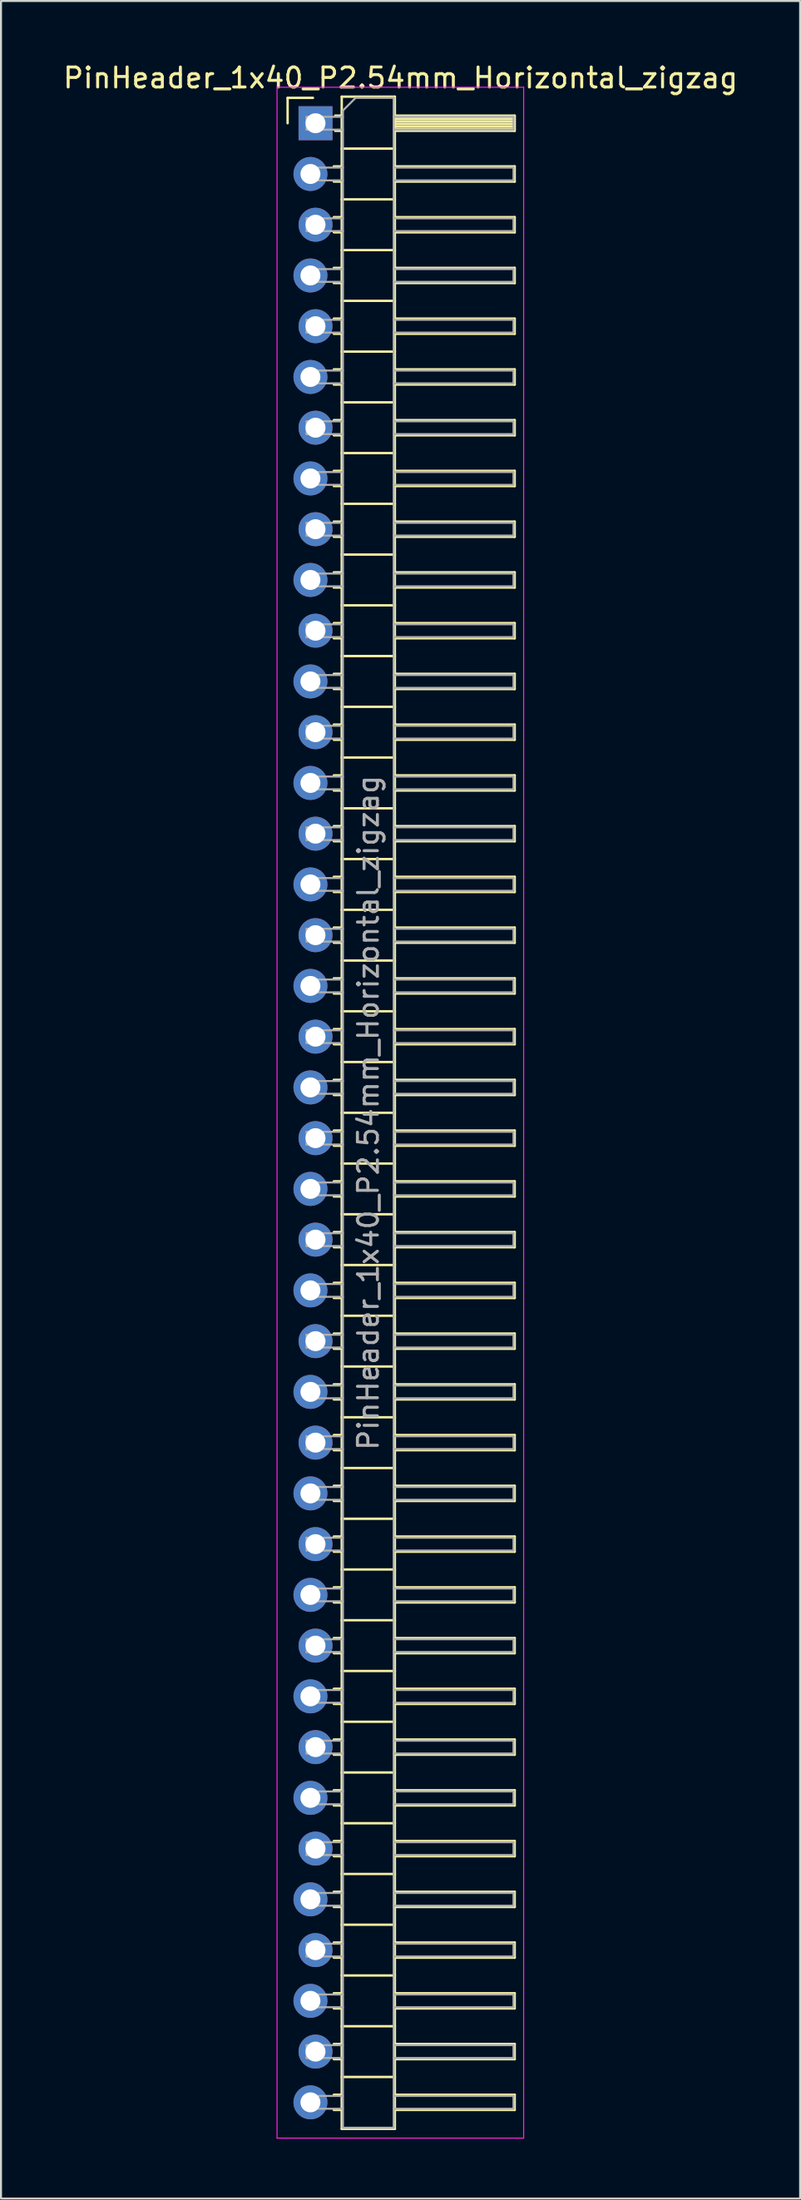
<source format=kicad_pcb>
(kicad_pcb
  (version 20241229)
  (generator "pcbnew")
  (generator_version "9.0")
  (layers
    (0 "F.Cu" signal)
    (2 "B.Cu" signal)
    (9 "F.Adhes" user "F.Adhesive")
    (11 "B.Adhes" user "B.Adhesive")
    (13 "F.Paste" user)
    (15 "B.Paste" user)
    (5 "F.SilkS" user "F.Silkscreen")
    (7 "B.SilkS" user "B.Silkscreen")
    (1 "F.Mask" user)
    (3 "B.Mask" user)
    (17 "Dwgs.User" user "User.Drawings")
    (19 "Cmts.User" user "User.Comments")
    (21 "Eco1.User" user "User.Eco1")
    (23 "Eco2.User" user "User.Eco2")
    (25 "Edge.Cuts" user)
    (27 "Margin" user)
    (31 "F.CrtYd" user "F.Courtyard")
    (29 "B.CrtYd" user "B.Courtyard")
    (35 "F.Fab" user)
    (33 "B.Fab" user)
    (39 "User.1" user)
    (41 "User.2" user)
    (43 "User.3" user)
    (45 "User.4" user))
  (footprint "PinHeader_1x40_P2.54mm_Horizontal_zigzag"
    (layer "F.Cu")
    (at 12.621 3.118)
    (property "Reference" "PinHeader_1x40_P2.54mm_Horizontal_zigzag" (at 4.385 -2.27 0) (layer "F.SilkS") (effects (font (size 1 1) (thickness 0.15))))
    (attr through_hole)
    (fp_line (start -1.27 -1.27) (end 0 -1.27) (stroke (width 0.12) (type solid)) (layer "F.SilkS"))
    (fp_line (start -1.27 0) (end -1.27 -1.27) (stroke (width 0.12) (type solid)) (layer "F.SilkS"))
    (fp_line (start 1.043 2.16) (end 1.44 2.16) (stroke (width 0.12) (type solid)) (layer "F.SilkS"))
    (fp_line (start 1.043 2.92) (end 1.44 2.92) (stroke (width 0.12) (type solid)) (layer "F.SilkS"))
    (fp_line (start 1.043 4.7) (end 1.44 4.7) (stroke (width 0.12) (type solid)) (layer "F.SilkS"))
    (fp_line (start 1.043 5.46) (end 1.44 5.46) (stroke (width 0.12) (type solid)) (layer "F.SilkS"))
    (fp_line (start 1.043 7.24) (end 1.44 7.24) (stroke (width 0.12) (type solid)) (layer "F.SilkS"))
    (fp_line (start 1.043 8) (end 1.44 8) (stroke (width 0.12) (type solid)) (layer "F.SilkS"))
    (fp_line (start 1.043 9.78) (end 1.44 9.78) (stroke (width 0.12) (type solid)) (layer "F.SilkS"))
    (fp_line (start 1.043 10.54) (end 1.44 10.54) (stroke (width 0.12) (type solid)) (layer "F.SilkS"))
    (fp_line (start 1.043 12.32) (end 1.44 12.32) (stroke (width 0.12) (type solid)) (layer "F.SilkS"))
    (fp_line (start 1.043 13.08) (end 1.44 13.08) (stroke (width 0.12) (type solid)) (layer "F.SilkS"))
    (fp_line (start 1.043 14.86) (end 1.44 14.86) (stroke (width 0.12) (type solid)) (layer "F.SilkS"))
    (fp_line (start 1.043 15.62) (end 1.44 15.62) (stroke (width 0.12) (type solid)) (layer "F.SilkS"))
    (fp_line (start 1.043 17.4) (end 1.44 17.4) (stroke (width 0.12) (type solid)) (layer "F.SilkS"))
    (fp_line (start 1.043 18.16) (end 1.44 18.16) (stroke (width 0.12) (type solid)) (layer "F.SilkS"))
    (fp_line (start 1.043 19.94) (end 1.44 19.94) (stroke (width 0.12) (type solid)) (layer "F.SilkS"))
    (fp_line (start 1.043 20.7) (end 1.44 20.7) (stroke (width 0.12) (type solid)) (layer "F.SilkS"))
    (fp_line (start 1.043 22.48) (end 1.44 22.48) (stroke (width 0.12) (type solid)) (layer "F.SilkS"))
    (fp_line (start 1.043 23.24) (end 1.44 23.24) (stroke (width 0.12) (type solid)) (layer "F.SilkS"))
    (fp_line (start 1.043 25.02) (end 1.44 25.02) (stroke (width 0.12) (type solid)) (layer "F.SilkS"))
    (fp_line (start 1.043 25.78) (end 1.44 25.78) (stroke (width 0.12) (type solid)) (layer "F.SilkS"))
    (fp_line (start 1.043 27.56) (end 1.44 27.56) (stroke (width 0.12) (type solid)) (layer "F.SilkS"))
    (fp_line (start 1.043 28.32) (end 1.44 28.32) (stroke (width 0.12) (type solid)) (layer "F.SilkS"))
    (fp_line (start 1.043 30.1) (end 1.44 30.1) (stroke (width 0.12) (type solid)) (layer "F.SilkS"))
    (fp_line (start 1.043 30.86) (end 1.44 30.86) (stroke (width 0.12) (type solid)) (layer "F.SilkS"))
    (fp_line (start 1.043 32.64) (end 1.44 32.64) (stroke (width 0.12) (type solid)) (layer "F.SilkS"))
    (fp_line (start 1.043 33.4) (end 1.44 33.4) (stroke (width 0.12) (type solid)) (layer "F.SilkS"))
    (fp_line (start 1.043 35.18) (end 1.44 35.18) (stroke (width 0.12) (type solid)) (layer "F.SilkS"))
    (fp_line (start 1.043 35.94) (end 1.44 35.94) (stroke (width 0.12) (type solid)) (layer "F.SilkS"))
    (fp_line (start 1.043 37.72) (end 1.44 37.72) (stroke (width 0.12) (type solid)) (layer "F.SilkS"))
    (fp_line (start 1.043 38.48) (end 1.44 38.48) (stroke (width 0.12) (type solid)) (layer "F.SilkS"))
    (fp_line (start 1.043 40.26) (end 1.44 40.26) (stroke (width 0.12) (type solid)) (layer "F.SilkS"))
    (fp_line (start 1.043 41.02) (end 1.44 41.02) (stroke (width 0.12) (type solid)) (layer "F.SilkS"))
    (fp_line (start 1.043 42.8) (end 1.44 42.8) (stroke (width 0.12) (type solid)) (layer "F.SilkS"))
    (fp_line (start 1.043 43.56) (end 1.44 43.56) (stroke (width 0.12) (type solid)) (layer "F.SilkS"))
    (fp_line (start 1.043 45.34) (end 1.44 45.34) (stroke (width 0.12) (type solid)) (layer "F.SilkS"))
    (fp_line (start 1.043 46.1) (end 1.44 46.1) (stroke (width 0.12) (type solid)) (layer "F.SilkS"))
    (fp_line (start 1.043 47.88) (end 1.44 47.88) (stroke (width 0.12) (type solid)) (layer "F.SilkS"))
    (fp_line (start 1.043 48.64) (end 1.44 48.64) (stroke (width 0.12) (type solid)) (layer "F.SilkS"))
    (fp_line (start 1.043 50.42) (end 1.44 50.42) (stroke (width 0.12) (type solid)) (layer "F.SilkS"))
    (fp_line (start 1.043 51.18) (end 1.44 51.18) (stroke (width 0.12) (type solid)) (layer "F.SilkS"))
    (fp_line (start 1.043 52.96) (end 1.44 52.96) (stroke (width 0.12) (type solid)) (layer "F.SilkS"))
    (fp_line (start 1.043 53.72) (end 1.44 53.72) (stroke (width 0.12) (type solid)) (layer "F.SilkS"))
    (fp_line (start 1.043 55.5) (end 1.44 55.5) (stroke (width 0.12) (type solid)) (layer "F.SilkS"))
    (fp_line (start 1.043 56.26) (end 1.44 56.26) (stroke (width 0.12) (type solid)) (layer "F.SilkS"))
    (fp_line (start 1.043 58.04) (end 1.44 58.04) (stroke (width 0.12) (type solid)) (layer "F.SilkS"))
    (fp_line (start 1.043 58.8) (end 1.44 58.8) (stroke (width 0.12) (type solid)) (layer "F.SilkS"))
    (fp_line (start 1.043 60.58) (end 1.44 60.58) (stroke (width 0.12) (type solid)) (layer "F.SilkS"))
    (fp_line (start 1.043 61.34) (end 1.44 61.34) (stroke (width 0.12) (type solid)) (layer "F.SilkS"))
    (fp_line (start 1.043 63.12) (end 1.44 63.12) (stroke (width 0.12) (type solid)) (layer "F.SilkS"))
    (fp_line (start 1.043 63.88) (end 1.44 63.88) (stroke (width 0.12) (type solid)) (layer "F.SilkS"))
    (fp_line (start 1.043 65.66) (end 1.44 65.66) (stroke (width 0.12) (type solid)) (layer "F.SilkS"))
    (fp_line (start 1.043 66.42) (end 1.44 66.42) (stroke (width 0.12) (type solid)) (layer "F.SilkS"))
    (fp_line (start 1.043 68.2) (end 1.44 68.2) (stroke (width 0.12) (type solid)) (layer "F.SilkS"))
    (fp_line (start 1.043 68.96) (end 1.44 68.96) (stroke (width 0.12) (type solid)) (layer "F.SilkS"))
    (fp_line (start 1.043 70.74) (end 1.44 70.74) (stroke (width 0.12) (type solid)) (layer "F.SilkS"))
    (fp_line (start 1.043 71.5) (end 1.44 71.5) (stroke (width 0.12) (type solid)) (layer "F.SilkS"))
    (fp_line (start 1.043 73.28) (end 1.44 73.28) (stroke (width 0.12) (type solid)) (layer "F.SilkS"))
    (fp_line (start 1.043 74.04) (end 1.44 74.04) (stroke (width 0.12) (type solid)) (layer "F.SilkS"))
    (fp_line (start 1.043 75.82) (end 1.44 75.82) (stroke (width 0.12) (type solid)) (layer "F.SilkS"))
    (fp_line (start 1.043 76.58) (end 1.44 76.58) (stroke (width 0.12) (type solid)) (layer "F.SilkS"))
    (fp_line (start 1.043 78.36) (end 1.44 78.36) (stroke (width 0.12) (type solid)) (layer "F.SilkS"))
    (fp_line (start 1.043 79.12) (end 1.44 79.12) (stroke (width 0.12) (type solid)) (layer "F.SilkS"))
    (fp_line (start 1.043 80.9) (end 1.44 80.9) (stroke (width 0.12) (type solid)) (layer "F.SilkS"))
    (fp_line (start 1.043 81.66) (end 1.44 81.66) (stroke (width 0.12) (type solid)) (layer "F.SilkS"))
    (fp_line (start 1.043 83.44) (end 1.44 83.44) (stroke (width 0.12) (type solid)) (layer "F.SilkS"))
    (fp_line (start 1.043 84.2) (end 1.44 84.2) (stroke (width 0.12) (type solid)) (layer "F.SilkS"))
    (fp_line (start 1.043 85.98) (end 1.44 85.98) (stroke (width 0.12) (type solid)) (layer "F.SilkS"))
    (fp_line (start 1.043 86.74) (end 1.44 86.74) (stroke (width 0.12) (type solid)) (layer "F.SilkS"))
    (fp_line (start 1.043 88.52) (end 1.44 88.52) (stroke (width 0.12) (type solid)) (layer "F.SilkS"))
    (fp_line (start 1.043 89.28) (end 1.44 89.28) (stroke (width 0.12) (type solid)) (layer "F.SilkS"))
    (fp_line (start 1.043 91.06) (end 1.44 91.06) (stroke (width 0.12) (type solid)) (layer "F.SilkS"))
    (fp_line (start 1.043 91.82) (end 1.44 91.82) (stroke (width 0.12) (type solid)) (layer "F.SilkS"))
    (fp_line (start 1.043 93.6) (end 1.44 93.6) (stroke (width 0.12) (type solid)) (layer "F.SilkS"))
    (fp_line (start 1.043 94.36) (end 1.44 94.36) (stroke (width 0.12) (type solid)) (layer "F.SilkS"))
    (fp_line (start 1.043 96.14) (end 1.44 96.14) (stroke (width 0.12) (type solid)) (layer "F.SilkS"))
    (fp_line (start 1.043 96.9) (end 1.44 96.9) (stroke (width 0.12) (type solid)) (layer "F.SilkS"))
    (fp_line (start 1.043 98.68) (end 1.44 98.68) (stroke (width 0.12) (type solid)) (layer "F.SilkS"))
    (fp_line (start 1.043 99.44) (end 1.44 99.44) (stroke (width 0.12) (type solid)) (layer "F.SilkS"))
    (fp_line (start 1.11 -0.38) (end 1.44 -0.38) (stroke (width 0.12) (type solid)) (layer "F.SilkS"))
    (fp_line (start 1.11 0.38) (end 1.44 0.38) (stroke (width 0.12) (type solid)) (layer "F.SilkS"))
    (fp_line (start 1.44 -1.33) (end 1.44 100.39) (stroke (width 0.12) (type solid)) (layer "F.SilkS"))
    (fp_line (start 1.44 1.27) (end 4.1 1.27) (stroke (width 0.12) (type solid)) (layer "F.SilkS"))
    (fp_line (start 1.44 3.81) (end 4.1 3.81) (stroke (width 0.12) (type solid)) (layer "F.SilkS"))
    (fp_line (start 1.44 6.35) (end 4.1 6.35) (stroke (width 0.12) (type solid)) (layer "F.SilkS"))
    (fp_line (start 1.44 8.89) (end 4.1 8.89) (stroke (width 0.12) (type solid)) (layer "F.SilkS"))
    (fp_line (start 1.44 11.43) (end 4.1 11.43) (stroke (width 0.12) (type solid)) (layer "F.SilkS"))
    (fp_line (start 1.44 13.97) (end 4.1 13.97) (stroke (width 0.12) (type solid)) (layer "F.SilkS"))
    (fp_line (start 1.44 16.51) (end 4.1 16.51) (stroke (width 0.12) (type solid)) (layer "F.SilkS"))
    (fp_line (start 1.44 19.05) (end 4.1 19.05) (stroke (width 0.12) (type solid)) (layer "F.SilkS"))
    (fp_line (start 1.44 21.59) (end 4.1 21.59) (stroke (width 0.12) (type solid)) (layer "F.SilkS"))
    (fp_line (start 1.44 24.13) (end 4.1 24.13) (stroke (width 0.12) (type solid)) (layer "F.SilkS"))
    (fp_line (start 1.44 26.67) (end 4.1 26.67) (stroke (width 0.12) (type solid)) (layer "F.SilkS"))
    (fp_line (start 1.44 29.21) (end 4.1 29.21) (stroke (width 0.12) (type solid)) (layer "F.SilkS"))
    (fp_line (start 1.44 31.75) (end 4.1 31.75) (stroke (width 0.12) (type solid)) (layer "F.SilkS"))
    (fp_line (start 1.44 34.29) (end 4.1 34.29) (stroke (width 0.12) (type solid)) (layer "F.SilkS"))
    (fp_line (start 1.44 36.83) (end 4.1 36.83) (stroke (width 0.12) (type solid)) (layer "F.SilkS"))
    (fp_line (start 1.44 39.37) (end 4.1 39.37) (stroke (width 0.12) (type solid)) (layer "F.SilkS"))
    (fp_line (start 1.44 41.91) (end 4.1 41.91) (stroke (width 0.12) (type solid)) (layer "F.SilkS"))
    (fp_line (start 1.44 44.45) (end 4.1 44.45) (stroke (width 0.12) (type solid)) (layer "F.SilkS"))
    (fp_line (start 1.44 46.99) (end 4.1 46.99) (stroke (width 0.12) (type solid)) (layer "F.SilkS"))
    (fp_line (start 1.44 49.53) (end 4.1 49.53) (stroke (width 0.12) (type solid)) (layer "F.SilkS"))
    (fp_line (start 1.44 52.07) (end 4.1 52.07) (stroke (width 0.12) (type solid)) (layer "F.SilkS"))
    (fp_line (start 1.44 54.61) (end 4.1 54.61) (stroke (width 0.12) (type solid)) (layer "F.SilkS"))
    (fp_line (start 1.44 57.15) (end 4.1 57.15) (stroke (width 0.12) (type solid)) (layer "F.SilkS"))
    (fp_line (start 1.44 59.69) (end 4.1 59.69) (stroke (width 0.12) (type solid)) (layer "F.SilkS"))
    (fp_line (start 1.44 62.23) (end 4.1 62.23) (stroke (width 0.12) (type solid)) (layer "F.SilkS"))
    (fp_line (start 1.44 64.77) (end 4.1 64.77) (stroke (width 0.12) (type solid)) (layer "F.SilkS"))
    (fp_line (start 1.44 67.31) (end 4.1 67.31) (stroke (width 0.12) (type solid)) (layer "F.SilkS"))
    (fp_line (start 1.44 69.85) (end 4.1 69.85) (stroke (width 0.12) (type solid)) (layer "F.SilkS"))
    (fp_line (start 1.44 72.39) (end 4.1 72.39) (stroke (width 0.12) (type solid)) (layer "F.SilkS"))
    (fp_line (start 1.44 74.93) (end 4.1 74.93) (stroke (width 0.12) (type solid)) (layer "F.SilkS"))
    (fp_line (start 1.44 77.47) (end 4.1 77.47) (stroke (width 0.12) (type solid)) (layer "F.SilkS"))
    (fp_line (start 1.44 80.01) (end 4.1 80.01) (stroke (width 0.12) (type solid)) (layer "F.SilkS"))
    (fp_line (start 1.44 82.55) (end 4.1 82.55) (stroke (width 0.12) (type solid)) (layer "F.SilkS"))
    (fp_line (start 1.44 85.09) (end 4.1 85.09) (stroke (width 0.12) (type solid)) (layer "F.SilkS"))
    (fp_line (start 1.44 87.63) (end 4.1 87.63) (stroke (width 0.12) (type solid)) (layer "F.SilkS"))
    (fp_line (start 1.44 90.17) (end 4.1 90.17) (stroke (width 0.12) (type solid)) (layer "F.SilkS"))
    (fp_line (start 1.44 92.71) (end 4.1 92.71) (stroke (width 0.12) (type solid)) (layer "F.SilkS"))
    (fp_line (start 1.44 95.25) (end 4.1 95.25) (stroke (width 0.12) (type solid)) (layer "F.SilkS"))
    (fp_line (start 1.44 97.79) (end 4.1 97.79) (stroke (width 0.12) (type solid)) (layer "F.SilkS"))
    (fp_line (start 1.44 100.39) (end 4.1 100.39) (stroke (width 0.12) (type solid)) (layer "F.SilkS"))
    (fp_line (start 4.1 -1.33) (end 1.44 -1.33) (stroke (width 0.12) (type solid)) (layer "F.SilkS"))
    (fp_line (start 4.1 -0.38) (end 10.1 -0.38) (stroke (width 0.12) (type solid)) (layer "F.SilkS"))
    (fp_line (start 4.1 -0.32) (end 10.1 -0.32) (stroke (width 0.12) (type solid)) (layer "F.SilkS"))
    (fp_line (start 4.1 -0.2) (end 10.1 -0.2) (stroke (width 0.12) (type solid)) (layer "F.SilkS"))
    (fp_line (start 4.1 -0.08) (end 10.1 -0.08) (stroke (width 0.12) (type solid)) (layer "F.SilkS"))
    (fp_line (start 4.1 0.04) (end 10.1 0.04) (stroke (width 0.12) (type solid)) (layer "F.SilkS"))
    (fp_line (start 4.1 0.16) (end 10.1 0.16) (stroke (width 0.12) (type solid)) (layer "F.SilkS"))
    (fp_line (start 4.1 0.28) (end 10.1 0.28) (stroke (width 0.12) (type solid)) (layer "F.SilkS"))
    (fp_line (start 4.1 2.16) (end 10.1 2.16) (stroke (width 0.12) (type solid)) (layer "F.SilkS"))
    (fp_line (start 4.1 4.7) (end 10.1 4.7) (stroke (width 0.12) (type solid)) (layer "F.SilkS"))
    (fp_line (start 4.1 7.24) (end 10.1 7.24) (stroke (width 0.12) (type solid)) (layer "F.SilkS"))
    (fp_line (start 4.1 9.78) (end 10.1 9.78) (stroke (width 0.12) (type solid)) (layer "F.SilkS"))
    (fp_line (start 4.1 12.32) (end 10.1 12.32) (stroke (width 0.12) (type solid)) (layer "F.SilkS"))
    (fp_line (start 4.1 14.86) (end 10.1 14.86) (stroke (width 0.12) (type solid)) (layer "F.SilkS"))
    (fp_line (start 4.1 17.4) (end 10.1 17.4) (stroke (width 0.12) (type solid)) (layer "F.SilkS"))
    (fp_line (start 4.1 19.94) (end 10.1 19.94) (stroke (width 0.12) (type solid)) (layer "F.SilkS"))
    (fp_line (start 4.1 22.48) (end 10.1 22.48) (stroke (width 0.12) (type solid)) (layer "F.SilkS"))
    (fp_line (start 4.1 25.02) (end 10.1 25.02) (stroke (width 0.12) (type solid)) (layer "F.SilkS"))
    (fp_line (start 4.1 27.56) (end 10.1 27.56) (stroke (width 0.12) (type solid)) (layer "F.SilkS"))
    (fp_line (start 4.1 30.1) (end 10.1 30.1) (stroke (width 0.12) (type solid)) (layer "F.SilkS"))
    (fp_line (start 4.1 32.64) (end 10.1 32.64) (stroke (width 0.12) (type solid)) (layer "F.SilkS"))
    (fp_line (start 4.1 35.18) (end 10.1 35.18) (stroke (width 0.12) (type solid)) (layer "F.SilkS"))
    (fp_line (start 4.1 37.72) (end 10.1 37.72) (stroke (width 0.12) (type solid)) (layer "F.SilkS"))
    (fp_line (start 4.1 40.26) (end 10.1 40.26) (stroke (width 0.12) (type solid)) (layer "F.SilkS"))
    (fp_line (start 4.1 42.8) (end 10.1 42.8) (stroke (width 0.12) (type solid)) (layer "F.SilkS"))
    (fp_line (start 4.1 45.34) (end 10.1 45.34) (stroke (width 0.12) (type solid)) (layer "F.SilkS"))
    (fp_line (start 4.1 47.88) (end 10.1 47.88) (stroke (width 0.12) (type solid)) (layer "F.SilkS"))
    (fp_line (start 4.1 50.42) (end 10.1 50.42) (stroke (width 0.12) (type solid)) (layer "F.SilkS"))
    (fp_line (start 4.1 52.96) (end 10.1 52.96) (stroke (width 0.12) (type solid)) (layer "F.SilkS"))
    (fp_line (start 4.1 55.5) (end 10.1 55.5) (stroke (width 0.12) (type solid)) (layer "F.SilkS"))
    (fp_line (start 4.1 58.04) (end 10.1 58.04) (stroke (width 0.12) (type solid)) (layer "F.SilkS"))
    (fp_line (start 4.1 60.58) (end 10.1 60.58) (stroke (width 0.12) (type solid)) (layer "F.SilkS"))
    (fp_line (start 4.1 63.12) (end 10.1 63.12) (stroke (width 0.12) (type solid)) (layer "F.SilkS"))
    (fp_line (start 4.1 65.66) (end 10.1 65.66) (stroke (width 0.12) (type solid)) (layer "F.SilkS"))
    (fp_line (start 4.1 68.2) (end 10.1 68.2) (stroke (width 0.12) (type solid)) (layer "F.SilkS"))
    (fp_line (start 4.1 70.74) (end 10.1 70.74) (stroke (width 0.12) (type solid)) (layer "F.SilkS"))
    (fp_line (start 4.1 73.28) (end 10.1 73.28) (stroke (width 0.12) (type solid)) (layer "F.SilkS"))
    (fp_line (start 4.1 75.82) (end 10.1 75.82) (stroke (width 0.12) (type solid)) (layer "F.SilkS"))
    (fp_line (start 4.1 78.36) (end 10.1 78.36) (stroke (width 0.12) (type solid)) (layer "F.SilkS"))
    (fp_line (start 4.1 80.9) (end 10.1 80.9) (stroke (width 0.12) (type solid)) (layer "F.SilkS"))
    (fp_line (start 4.1 83.44) (end 10.1 83.44) (stroke (width 0.12) (type solid)) (layer "F.SilkS"))
    (fp_line (start 4.1 85.98) (end 10.1 85.98) (stroke (width 0.12) (type solid)) (layer "F.SilkS"))
    (fp_line (start 4.1 88.52) (end 10.1 88.52) (stroke (width 0.12) (type solid)) (layer "F.SilkS"))
    (fp_line (start 4.1 91.06) (end 10.1 91.06) (stroke (width 0.12) (type solid)) (layer "F.SilkS"))
    (fp_line (start 4.1 93.6) (end 10.1 93.6) (stroke (width 0.12) (type solid)) (layer "F.SilkS"))
    (fp_line (start 4.1 96.14) (end 10.1 96.14) (stroke (width 0.12) (type solid)) (layer "F.SilkS"))
    (fp_line (start 4.1 98.68) (end 10.1 98.68) (stroke (width 0.12) (type solid)) (layer "F.SilkS"))
    (fp_line (start 4.1 100.39) (end 4.1 -1.33) (stroke (width 0.12) (type solid)) (layer "F.SilkS"))
    (fp_line (start 10.1 -0.38) (end 10.1 0.38) (stroke (width 0.12) (type solid)) (layer "F.SilkS"))
    (fp_line (start 10.1 0.38) (end 4.1 0.38) (stroke (width 0.12) (type solid)) (layer "F.SilkS"))
    (fp_line (start 10.1 2.16) (end 10.1 2.92) (stroke (width 0.12) (type solid)) (layer "F.SilkS"))
    (fp_line (start 10.1 2.92) (end 4.1 2.92) (stroke (width 0.12) (type solid)) (layer "F.SilkS"))
    (fp_line (start 10.1 4.7) (end 10.1 5.46) (stroke (width 0.12) (type solid)) (layer "F.SilkS"))
    (fp_line (start 10.1 5.46) (end 4.1 5.46) (stroke (width 0.12) (type solid)) (layer "F.SilkS"))
    (fp_line (start 10.1 7.24) (end 10.1 8) (stroke (width 0.12) (type solid)) (layer "F.SilkS"))
    (fp_line (start 10.1 8) (end 4.1 8) (stroke (width 0.12) (type solid)) (layer "F.SilkS"))
    (fp_line (start 10.1 9.78) (end 10.1 10.54) (stroke (width 0.12) (type solid)) (layer "F.SilkS"))
    (fp_line (start 10.1 10.54) (end 4.1 10.54) (stroke (width 0.12) (type solid)) (layer "F.SilkS"))
    (fp_line (start 10.1 12.32) (end 10.1 13.08) (stroke (width 0.12) (type solid)) (layer "F.SilkS"))
    (fp_line (start 10.1 13.08) (end 4.1 13.08) (stroke (width 0.12) (type solid)) (layer "F.SilkS"))
    (fp_line (start 10.1 14.86) (end 10.1 15.62) (stroke (width 0.12) (type solid)) (layer "F.SilkS"))
    (fp_line (start 10.1 15.62) (end 4.1 15.62) (stroke (width 0.12) (type solid)) (layer "F.SilkS"))
    (fp_line (start 10.1 17.4) (end 10.1 18.16) (stroke (width 0.12) (type solid)) (layer "F.SilkS"))
    (fp_line (start 10.1 18.16) (end 4.1 18.16) (stroke (width 0.12) (type solid)) (layer "F.SilkS"))
    (fp_line (start 10.1 19.94) (end 10.1 20.7) (stroke (width 0.12) (type solid)) (layer "F.SilkS"))
    (fp_line (start 10.1 20.7) (end 4.1 20.7) (stroke (width 0.12) (type solid)) (layer "F.SilkS"))
    (fp_line (start 10.1 22.48) (end 10.1 23.24) (stroke (width 0.12) (type solid)) (layer "F.SilkS"))
    (fp_line (start 10.1 23.24) (end 4.1 23.24) (stroke (width 0.12) (type solid)) (layer "F.SilkS"))
    (fp_line (start 10.1 25.02) (end 10.1 25.78) (stroke (width 0.12) (type solid)) (layer "F.SilkS"))
    (fp_line (start 10.1 25.78) (end 4.1 25.78) (stroke (width 0.12) (type solid)) (layer "F.SilkS"))
    (fp_line (start 10.1 27.56) (end 10.1 28.32) (stroke (width 0.12) (type solid)) (layer "F.SilkS"))
    (fp_line (start 10.1 28.32) (end 4.1 28.32) (stroke (width 0.12) (type solid)) (layer "F.SilkS"))
    (fp_line (start 10.1 30.1) (end 10.1 30.86) (stroke (width 0.12) (type solid)) (layer "F.SilkS"))
    (fp_line (start 10.1 30.86) (end 4.1 30.86) (stroke (width 0.12) (type solid)) (layer "F.SilkS"))
    (fp_line (start 10.1 32.64) (end 10.1 33.4) (stroke (width 0.12) (type solid)) (layer "F.SilkS"))
    (fp_line (start 10.1 33.4) (end 4.1 33.4) (stroke (width 0.12) (type solid)) (layer "F.SilkS"))
    (fp_line (start 10.1 35.18) (end 10.1 35.94) (stroke (width 0.12) (type solid)) (layer "F.SilkS"))
    (fp_line (start 10.1 35.94) (end 4.1 35.94) (stroke (width 0.12) (type solid)) (layer "F.SilkS"))
    (fp_line (start 10.1 37.72) (end 10.1 38.48) (stroke (width 0.12) (type solid)) (layer "F.SilkS"))
    (fp_line (start 10.1 38.48) (end 4.1 38.48) (stroke (width 0.12) (type solid)) (layer "F.SilkS"))
    (fp_line (start 10.1 40.26) (end 10.1 41.02) (stroke (width 0.12) (type solid)) (layer "F.SilkS"))
    (fp_line (start 10.1 41.02) (end 4.1 41.02) (stroke (width 0.12) (type solid)) (layer "F.SilkS"))
    (fp_line (start 10.1 42.8) (end 10.1 43.56) (stroke (width 0.12) (type solid)) (layer "F.SilkS"))
    (fp_line (start 10.1 43.56) (end 4.1 43.56) (stroke (width 0.12) (type solid)) (layer "F.SilkS"))
    (fp_line (start 10.1 45.34) (end 10.1 46.1) (stroke (width 0.12) (type solid)) (layer "F.SilkS"))
    (fp_line (start 10.1 46.1) (end 4.1 46.1) (stroke (width 0.12) (type solid)) (layer "F.SilkS"))
    (fp_line (start 10.1 47.88) (end 10.1 48.64) (stroke (width 0.12) (type solid)) (layer "F.SilkS"))
    (fp_line (start 10.1 48.64) (end 4.1 48.64) (stroke (width 0.12) (type solid)) (layer "F.SilkS"))
    (fp_line (start 10.1 50.42) (end 10.1 51.18) (stroke (width 0.12) (type solid)) (layer "F.SilkS"))
    (fp_line (start 10.1 51.18) (end 4.1 51.18) (stroke (width 0.12) (type solid)) (layer "F.SilkS"))
    (fp_line (start 10.1 52.96) (end 10.1 53.72) (stroke (width 0.12) (type solid)) (layer "F.SilkS"))
    (fp_line (start 10.1 53.72) (end 4.1 53.72) (stroke (width 0.12) (type solid)) (layer "F.SilkS"))
    (fp_line (start 10.1 55.5) (end 10.1 56.26) (stroke (width 0.12) (type solid)) (layer "F.SilkS"))
    (fp_line (start 10.1 56.26) (end 4.1 56.26) (stroke (width 0.12) (type solid)) (layer "F.SilkS"))
    (fp_line (start 10.1 58.04) (end 10.1 58.8) (stroke (width 0.12) (type solid)) (layer "F.SilkS"))
    (fp_line (start 10.1 58.8) (end 4.1 58.8) (stroke (width 0.12) (type solid)) (layer "F.SilkS"))
    (fp_line (start 10.1 60.58) (end 10.1 61.34) (stroke (width 0.12) (type solid)) (layer "F.SilkS"))
    (fp_line (start 10.1 61.34) (end 4.1 61.34) (stroke (width 0.12) (type solid)) (layer "F.SilkS"))
    (fp_line (start 10.1 63.12) (end 10.1 63.88) (stroke (width 0.12) (type solid)) (layer "F.SilkS"))
    (fp_line (start 10.1 63.88) (end 4.1 63.88) (stroke (width 0.12) (type solid)) (layer "F.SilkS"))
    (fp_line (start 10.1 65.66) (end 10.1 66.42) (stroke (width 0.12) (type solid)) (layer "F.SilkS"))
    (fp_line (start 10.1 66.42) (end 4.1 66.42) (stroke (width 0.12) (type solid)) (layer "F.SilkS"))
    (fp_line (start 10.1 68.2) (end 10.1 68.96) (stroke (width 0.12) (type solid)) (layer "F.SilkS"))
    (fp_line (start 10.1 68.96) (end 4.1 68.96) (stroke (width 0.12) (type solid)) (layer "F.SilkS"))
    (fp_line (start 10.1 70.74) (end 10.1 71.5) (stroke (width 0.12) (type solid)) (layer "F.SilkS"))
    (fp_line (start 10.1 71.5) (end 4.1 71.5) (stroke (width 0.12) (type solid)) (layer "F.SilkS"))
    (fp_line (start 10.1 73.28) (end 10.1 74.04) (stroke (width 0.12) (type solid)) (layer "F.SilkS"))
    (fp_line (start 10.1 74.04) (end 4.1 74.04) (stroke (width 0.12) (type solid)) (layer "F.SilkS"))
    (fp_line (start 10.1 75.82) (end 10.1 76.58) (stroke (width 0.12) (type solid)) (layer "F.SilkS"))
    (fp_line (start 10.1 76.58) (end 4.1 76.58) (stroke (width 0.12) (type solid)) (layer "F.SilkS"))
    (fp_line (start 10.1 78.36) (end 10.1 79.12) (stroke (width 0.12) (type solid)) (layer "F.SilkS"))
    (fp_line (start 10.1 79.12) (end 4.1 79.12) (stroke (width 0.12) (type solid)) (layer "F.SilkS"))
    (fp_line (start 10.1 80.9) (end 10.1 81.66) (stroke (width 0.12) (type solid)) (layer "F.SilkS"))
    (fp_line (start 10.1 81.66) (end 4.1 81.66) (stroke (width 0.12) (type solid)) (layer "F.SilkS"))
    (fp_line (start 10.1 83.44) (end 10.1 84.2) (stroke (width 0.12) (type solid)) (layer "F.SilkS"))
    (fp_line (start 10.1 84.2) (end 4.1 84.2) (stroke (width 0.12) (type solid)) (layer "F.SilkS"))
    (fp_line (start 10.1 85.98) (end 10.1 86.74) (stroke (width 0.12) (type solid)) (layer "F.SilkS"))
    (fp_line (start 10.1 86.74) (end 4.1 86.74) (stroke (width 0.12) (type solid)) (layer "F.SilkS"))
    (fp_line (start 10.1 88.52) (end 10.1 89.28) (stroke (width 0.12) (type solid)) (layer "F.SilkS"))
    (fp_line (start 10.1 89.28) (end 4.1 89.28) (stroke (width 0.12) (type solid)) (layer "F.SilkS"))
    (fp_line (start 10.1 91.06) (end 10.1 91.82) (stroke (width 0.12) (type solid)) (layer "F.SilkS"))
    (fp_line (start 10.1 91.82) (end 4.1 91.82) (stroke (width 0.12) (type solid)) (layer "F.SilkS"))
    (fp_line (start 10.1 93.6) (end 10.1 94.36) (stroke (width 0.12) (type solid)) (layer "F.SilkS"))
    (fp_line (start 10.1 94.36) (end 4.1 94.36) (stroke (width 0.12) (type solid)) (layer "F.SilkS"))
    (fp_line (start 10.1 96.14) (end 10.1 96.9) (stroke (width 0.12) (type solid)) (layer "F.SilkS"))
    (fp_line (start 10.1 96.9) (end 4.1 96.9) (stroke (width 0.12) (type solid)) (layer "F.SilkS"))
    (fp_line (start 10.1 98.68) (end 10.1 99.44) (stroke (width 0.12) (type solid)) (layer "F.SilkS"))
    (fp_line (start 10.1 99.44) (end 4.1 99.44) (stroke (width 0.12) (type solid)) (layer "F.SilkS"))
    (fp_line (start -1.8 -1.8) (end -1.8 100.85) (stroke (width 0.05) (type solid)) (layer "F.CrtYd"))
    (fp_line (start -1.8 100.85) (end 10.55 100.85) (stroke (width 0.05) (type solid)) (layer "F.CrtYd"))
    (fp_line (start 10.55 -1.8) (end -1.8 -1.8) (stroke (width 0.05) (type solid)) (layer "F.CrtYd"))
    (fp_line (start 10.55 100.85) (end 10.55 -1.8) (stroke (width 0.05) (type solid)) (layer "F.CrtYd"))
    (fp_line (start -0.32 -0.32) (end -0.32 0.32) (stroke (width 0.1) (type solid)) (layer "F.Fab"))
    (fp_line (start -0.32 -0.32) (end 1.5 -0.32) (stroke (width 0.1) (type solid)) (layer "F.Fab"))
    (fp_line (start -0.32 0.32) (end 1.5 0.32) (stroke (width 0.1) (type solid)) (layer "F.Fab"))
    (fp_line (start -0.32 2.22) (end -0.32 2.86) (stroke (width 0.1) (type solid)) (layer "F.Fab"))
    (fp_line (start -0.32 2.22) (end 1.5 2.22) (stroke (width 0.1) (type solid)) (layer "F.Fab"))
    (fp_line (start -0.32 2.86) (end 1.5 2.86) (stroke (width 0.1) (type solid)) (layer "F.Fab"))
    (fp_line (start -0.32 4.76) (end -0.32 5.4) (stroke (width 0.1) (type solid)) (layer "F.Fab"))
    (fp_line (start -0.32 4.76) (end 1.5 4.76) (stroke (width 0.1) (type solid)) (layer "F.Fab"))
    (fp_line (start -0.32 5.4) (end 1.5 5.4) (stroke (width 0.1) (type solid)) (layer "F.Fab"))
    (fp_line (start -0.32 7.3) (end -0.32 7.94) (stroke (width 0.1) (type solid)) (layer "F.Fab"))
    (fp_line (start -0.32 7.3) (end 1.5 7.3) (stroke (width 0.1) (type solid)) (layer "F.Fab"))
    (fp_line (start -0.32 7.94) (end 1.5 7.94) (stroke (width 0.1) (type solid)) (layer "F.Fab"))
    (fp_line (start -0.32 9.84) (end -0.32 10.48) (stroke (width 0.1) (type solid)) (layer "F.Fab"))
    (fp_line (start -0.32 9.84) (end 1.5 9.84) (stroke (width 0.1) (type solid)) (layer "F.Fab"))
    (fp_line (start -0.32 10.48) (end 1.5 10.48) (stroke (width 0.1) (type solid)) (layer "F.Fab"))
    (fp_line (start -0.32 12.38) (end -0.32 13.02) (stroke (width 0.1) (type solid)) (layer "F.Fab"))
    (fp_line (start -0.32 12.38) (end 1.5 12.38) (stroke (width 0.1) (type solid)) (layer "F.Fab"))
    (fp_line (start -0.32 13.02) (end 1.5 13.02) (stroke (width 0.1) (type solid)) (layer "F.Fab"))
    (fp_line (start -0.32 14.92) (end -0.32 15.56) (stroke (width 0.1) (type solid)) (layer "F.Fab"))
    (fp_line (start -0.32 14.92) (end 1.5 14.92) (stroke (width 0.1) (type solid)) (layer "F.Fab"))
    (fp_line (start -0.32 15.56) (end 1.5 15.56) (stroke (width 0.1) (type solid)) (layer "F.Fab"))
    (fp_line (start -0.32 17.46) (end -0.32 18.1) (stroke (width 0.1) (type solid)) (layer "F.Fab"))
    (fp_line (start -0.32 17.46) (end 1.5 17.46) (stroke (width 0.1) (type solid)) (layer "F.Fab"))
    (fp_line (start -0.32 18.1) (end 1.5 18.1) (stroke (width 0.1) (type solid)) (layer "F.Fab"))
    (fp_line (start -0.32 20) (end -0.32 20.64) (stroke (width 0.1) (type solid)) (layer "F.Fab"))
    (fp_line (start -0.32 20) (end 1.5 20) (stroke (width 0.1) (type solid)) (layer "F.Fab"))
    (fp_line (start -0.32 20.64) (end 1.5 20.64) (stroke (width 0.1) (type solid)) (layer "F.Fab"))
    (fp_line (start -0.32 22.54) (end -0.32 23.18) (stroke (width 0.1) (type solid)) (layer "F.Fab"))
    (fp_line (start -0.32 22.54) (end 1.5 22.54) (stroke (width 0.1) (type solid)) (layer "F.Fab"))
    (fp_line (start -0.32 23.18) (end 1.5 23.18) (stroke (width 0.1) (type solid)) (layer "F.Fab"))
    (fp_line (start -0.32 25.08) (end -0.32 25.72) (stroke (width 0.1) (type solid)) (layer "F.Fab"))
    (fp_line (start -0.32 25.08) (end 1.5 25.08) (stroke (width 0.1) (type solid)) (layer "F.Fab"))
    (fp_line (start -0.32 25.72) (end 1.5 25.72) (stroke (width 0.1) (type solid)) (layer "F.Fab"))
    (fp_line (start -0.32 27.62) (end -0.32 28.26) (stroke (width 0.1) (type solid)) (layer "F.Fab"))
    (fp_line (start -0.32 27.62) (end 1.5 27.62) (stroke (width 0.1) (type solid)) (layer "F.Fab"))
    (fp_line (start -0.32 28.26) (end 1.5 28.26) (stroke (width 0.1) (type solid)) (layer "F.Fab"))
    (fp_line (start -0.32 30.16) (end -0.32 30.8) (stroke (width 0.1) (type solid)) (layer "F.Fab"))
    (fp_line (start -0.32 30.16) (end 1.5 30.16) (stroke (width 0.1) (type solid)) (layer "F.Fab"))
    (fp_line (start -0.32 30.8) (end 1.5 30.8) (stroke (width 0.1) (type solid)) (layer "F.Fab"))
    (fp_line (start -0.32 32.7) (end -0.32 33.34) (stroke (width 0.1) (type solid)) (layer "F.Fab"))
    (fp_line (start -0.32 32.7) (end 1.5 32.7) (stroke (width 0.1) (type solid)) (layer "F.Fab"))
    (fp_line (start -0.32 33.34) (end 1.5 33.34) (stroke (width 0.1) (type solid)) (layer "F.Fab"))
    (fp_line (start -0.32 35.24) (end -0.32 35.88) (stroke (width 0.1) (type solid)) (layer "F.Fab"))
    (fp_line (start -0.32 35.24) (end 1.5 35.24) (stroke (width 0.1) (type solid)) (layer "F.Fab"))
    (fp_line (start -0.32 35.88) (end 1.5 35.88) (stroke (width 0.1) (type solid)) (layer "F.Fab"))
    (fp_line (start -0.32 37.78) (end -0.32 38.42) (stroke (width 0.1) (type solid)) (layer "F.Fab"))
    (fp_line (start -0.32 37.78) (end 1.5 37.78) (stroke (width 0.1) (type solid)) (layer "F.Fab"))
    (fp_line (start -0.32 38.42) (end 1.5 38.42) (stroke (width 0.1) (type solid)) (layer "F.Fab"))
    (fp_line (start -0.32 40.32) (end -0.32 40.96) (stroke (width 0.1) (type solid)) (layer "F.Fab"))
    (fp_line (start -0.32 40.32) (end 1.5 40.32) (stroke (width 0.1) (type solid)) (layer "F.Fab"))
    (fp_line (start -0.32 40.96) (end 1.5 40.96) (stroke (width 0.1) (type solid)) (layer "F.Fab"))
    (fp_line (start -0.32 42.86) (end -0.32 43.5) (stroke (width 0.1) (type solid)) (layer "F.Fab"))
    (fp_line (start -0.32 42.86) (end 1.5 42.86) (stroke (width 0.1) (type solid)) (layer "F.Fab"))
    (fp_line (start -0.32 43.5) (end 1.5 43.5) (stroke (width 0.1) (type solid)) (layer "F.Fab"))
    (fp_line (start -0.32 45.4) (end -0.32 46.04) (stroke (width 0.1) (type solid)) (layer "F.Fab"))
    (fp_line (start -0.32 45.4) (end 1.5 45.4) (stroke (width 0.1) (type solid)) (layer "F.Fab"))
    (fp_line (start -0.32 46.04) (end 1.5 46.04) (stroke (width 0.1) (type solid)) (layer "F.Fab"))
    (fp_line (start -0.32 47.94) (end -0.32 48.58) (stroke (width 0.1) (type solid)) (layer "F.Fab"))
    (fp_line (start -0.32 47.94) (end 1.5 47.94) (stroke (width 0.1) (type solid)) (layer "F.Fab"))
    (fp_line (start -0.32 48.58) (end 1.5 48.58) (stroke (width 0.1) (type solid)) (layer "F.Fab"))
    (fp_line (start -0.32 50.48) (end -0.32 51.12) (stroke (width 0.1) (type solid)) (layer "F.Fab"))
    (fp_line (start -0.32 50.48) (end 1.5 50.48) (stroke (width 0.1) (type solid)) (layer "F.Fab"))
    (fp_line (start -0.32 51.12) (end 1.5 51.12) (stroke (width 0.1) (type solid)) (layer "F.Fab"))
    (fp_line (start -0.32 53.02) (end -0.32 53.66) (stroke (width 0.1) (type solid)) (layer "F.Fab"))
    (fp_line (start -0.32 53.02) (end 1.5 53.02) (stroke (width 0.1) (type solid)) (layer "F.Fab"))
    (fp_line (start -0.32 53.66) (end 1.5 53.66) (stroke (width 0.1) (type solid)) (layer "F.Fab"))
    (fp_line (start -0.32 55.56) (end -0.32 56.2) (stroke (width 0.1) (type solid)) (layer "F.Fab"))
    (fp_line (start -0.32 55.56) (end 1.5 55.56) (stroke (width 0.1) (type solid)) (layer "F.Fab"))
    (fp_line (start -0.32 56.2) (end 1.5 56.2) (stroke (width 0.1) (type solid)) (layer "F.Fab"))
    (fp_line (start -0.32 58.1) (end -0.32 58.74) (stroke (width 0.1) (type solid)) (layer "F.Fab"))
    (fp_line (start -0.32 58.1) (end 1.5 58.1) (stroke (width 0.1) (type solid)) (layer "F.Fab"))
    (fp_line (start -0.32 58.74) (end 1.5 58.74) (stroke (width 0.1) (type solid)) (layer "F.Fab"))
    (fp_line (start -0.32 60.64) (end -0.32 61.28) (stroke (width 0.1) (type solid)) (layer "F.Fab"))
    (fp_line (start -0.32 60.64) (end 1.5 60.64) (stroke (width 0.1) (type solid)) (layer "F.Fab"))
    (fp_line (start -0.32 61.28) (end 1.5 61.28) (stroke (width 0.1) (type solid)) (layer "F.Fab"))
    (fp_line (start -0.32 63.18) (end -0.32 63.82) (stroke (width 0.1) (type solid)) (layer "F.Fab"))
    (fp_line (start -0.32 63.18) (end 1.5 63.18) (stroke (width 0.1) (type solid)) (layer "F.Fab"))
    (fp_line (start -0.32 63.82) (end 1.5 63.82) (stroke (width 0.1) (type solid)) (layer "F.Fab"))
    (fp_line (start -0.32 65.72) (end -0.32 66.36) (stroke (width 0.1) (type solid)) (layer "F.Fab"))
    (fp_line (start -0.32 65.72) (end 1.5 65.72) (stroke (width 0.1) (type solid)) (layer "F.Fab"))
    (fp_line (start -0.32 66.36) (end 1.5 66.36) (stroke (width 0.1) (type solid)) (layer "F.Fab"))
    (fp_line (start -0.32 68.26) (end -0.32 68.9) (stroke (width 0.1) (type solid)) (layer "F.Fab"))
    (fp_line (start -0.32 68.26) (end 1.5 68.26) (stroke (width 0.1) (type solid)) (layer "F.Fab"))
    (fp_line (start -0.32 68.9) (end 1.5 68.9) (stroke (width 0.1) (type solid)) (layer "F.Fab"))
    (fp_line (start -0.32 70.8) (end -0.32 71.44) (stroke (width 0.1) (type solid)) (layer "F.Fab"))
    (fp_line (start -0.32 70.8) (end 1.5 70.8) (stroke (width 0.1) (type solid)) (layer "F.Fab"))
    (fp_line (start -0.32 71.44) (end 1.5 71.44) (stroke (width 0.1) (type solid)) (layer "F.Fab"))
    (fp_line (start -0.32 73.34) (end -0.32 73.98) (stroke (width 0.1) (type solid)) (layer "F.Fab"))
    (fp_line (start -0.32 73.34) (end 1.5 73.34) (stroke (width 0.1) (type solid)) (layer "F.Fab"))
    (fp_line (start -0.32 73.98) (end 1.5 73.98) (stroke (width 0.1) (type solid)) (layer "F.Fab"))
    (fp_line (start -0.32 75.88) (end -0.32 76.52) (stroke (width 0.1) (type solid)) (layer "F.Fab"))
    (fp_line (start -0.32 75.88) (end 1.5 75.88) (stroke (width 0.1) (type solid)) (layer "F.Fab"))
    (fp_line (start -0.32 76.52) (end 1.5 76.52) (stroke (width 0.1) (type solid)) (layer "F.Fab"))
    (fp_line (start -0.32 78.42) (end -0.32 79.06) (stroke (width 0.1) (type solid)) (layer "F.Fab"))
    (fp_line (start -0.32 78.42) (end 1.5 78.42) (stroke (width 0.1) (type solid)) (layer "F.Fab"))
    (fp_line (start -0.32 79.06) (end 1.5 79.06) (stroke (width 0.1) (type solid)) (layer "F.Fab"))
    (fp_line (start -0.32 80.96) (end -0.32 81.6) (stroke (width 0.1) (type solid)) (layer "F.Fab"))
    (fp_line (start -0.32 80.96) (end 1.5 80.96) (stroke (width 0.1) (type solid)) (layer "F.Fab"))
    (fp_line (start -0.32 81.6) (end 1.5 81.6) (stroke (width 0.1) (type solid)) (layer "F.Fab"))
    (fp_line (start -0.32 83.5) (end -0.32 84.14) (stroke (width 0.1) (type solid)) (layer "F.Fab"))
    (fp_line (start -0.32 83.5) (end 1.5 83.5) (stroke (width 0.1) (type solid)) (layer "F.Fab"))
    (fp_line (start -0.32 84.14) (end 1.5 84.14) (stroke (width 0.1) (type solid)) (layer "F.Fab"))
    (fp_line (start -0.32 86.04) (end -0.32 86.68) (stroke (width 0.1) (type solid)) (layer "F.Fab"))
    (fp_line (start -0.32 86.04) (end 1.5 86.04) (stroke (width 0.1) (type solid)) (layer "F.Fab"))
    (fp_line (start -0.32 86.68) (end 1.5 86.68) (stroke (width 0.1) (type solid)) (layer "F.Fab"))
    (fp_line (start -0.32 88.58) (end -0.32 89.22) (stroke (width 0.1) (type solid)) (layer "F.Fab"))
    (fp_line (start -0.32 88.58) (end 1.5 88.58) (stroke (width 0.1) (type solid)) (layer "F.Fab"))
    (fp_line (start -0.32 89.22) (end 1.5 89.22) (stroke (width 0.1) (type solid)) (layer "F.Fab"))
    (fp_line (start -0.32 91.12) (end -0.32 91.76) (stroke (width 0.1) (type solid)) (layer "F.Fab"))
    (fp_line (start -0.32 91.12) (end 1.5 91.12) (stroke (width 0.1) (type solid)) (layer "F.Fab"))
    (fp_line (start -0.32 91.76) (end 1.5 91.76) (stroke (width 0.1) (type solid)) (layer "F.Fab"))
    (fp_line (start -0.32 93.66) (end -0.32 94.3) (stroke (width 0.1) (type solid)) (layer "F.Fab"))
    (fp_line (start -0.32 93.66) (end 1.5 93.66) (stroke (width 0.1) (type solid)) (layer "F.Fab"))
    (fp_line (start -0.32 94.3) (end 1.5 94.3) (stroke (width 0.1) (type solid)) (layer "F.Fab"))
    (fp_line (start -0.32 96.2) (end -0.32 96.84) (stroke (width 0.1) (type solid)) (layer "F.Fab"))
    (fp_line (start -0.32 96.2) (end 1.5 96.2) (stroke (width 0.1) (type solid)) (layer "F.Fab"))
    (fp_line (start -0.32 96.84) (end 1.5 96.84) (stroke (width 0.1) (type solid)) (layer "F.Fab"))
    (fp_line (start -0.32 98.74) (end -0.32 99.38) (stroke (width 0.1) (type solid)) (layer "F.Fab"))
    (fp_line (start -0.32 98.74) (end 1.5 98.74) (stroke (width 0.1) (type solid)) (layer "F.Fab"))
    (fp_line (start -0.32 99.38) (end 1.5 99.38) (stroke (width 0.1) (type solid)) (layer "F.Fab"))
    (fp_line (start 1.5 -0.635) (end 2.135 -1.27) (stroke (width 0.1) (type solid)) (layer "F.Fab"))
    (fp_line (start 1.5 100.33) (end 1.5 -0.635) (stroke (width 0.1) (type solid)) (layer "F.Fab"))
    (fp_line (start 2.135 -1.27) (end 4.04 -1.27) (stroke (width 0.1) (type solid)) (layer "F.Fab"))
    (fp_line (start 4.04 -1.27) (end 4.04 100.33) (stroke (width 0.1) (type solid)) (layer "F.Fab"))
    (fp_line (start 4.04 -0.32) (end 10.04 -0.32) (stroke (width 0.1) (type solid)) (layer "F.Fab"))
    (fp_line (start 4.04 0.32) (end 10.04 0.32) (stroke (width 0.1) (type solid)) (layer "F.Fab"))
    (fp_line (start 4.04 2.22) (end 10.04 2.22) (stroke (width 0.1) (type solid)) (layer "F.Fab"))
    (fp_line (start 4.04 2.86) (end 10.04 2.86) (stroke (width 0.1) (type solid)) (layer "F.Fab"))
    (fp_line (start 4.04 4.76) (end 10.04 4.76) (stroke (width 0.1) (type solid)) (layer "F.Fab"))
    (fp_line (start 4.04 5.4) (end 10.04 5.4) (stroke (width 0.1) (type solid)) (layer "F.Fab"))
    (fp_line (start 4.04 7.3) (end 10.04 7.3) (stroke (width 0.1) (type solid)) (layer "F.Fab"))
    (fp_line (start 4.04 7.94) (end 10.04 7.94) (stroke (width 0.1) (type solid)) (layer "F.Fab"))
    (fp_line (start 4.04 9.84) (end 10.04 9.84) (stroke (width 0.1) (type solid)) (layer "F.Fab"))
    (fp_line (start 4.04 10.48) (end 10.04 10.48) (stroke (width 0.1) (type solid)) (layer "F.Fab"))
    (fp_line (start 4.04 12.38) (end 10.04 12.38) (stroke (width 0.1) (type solid)) (layer "F.Fab"))
    (fp_line (start 4.04 13.02) (end 10.04 13.02) (stroke (width 0.1) (type solid)) (layer "F.Fab"))
    (fp_line (start 4.04 14.92) (end 10.04 14.92) (stroke (width 0.1) (type solid)) (layer "F.Fab"))
    (fp_line (start 4.04 15.56) (end 10.04 15.56) (stroke (width 0.1) (type solid)) (layer "F.Fab"))
    (fp_line (start 4.04 17.46) (end 10.04 17.46) (stroke (width 0.1) (type solid)) (layer "F.Fab"))
    (fp_line (start 4.04 18.1) (end 10.04 18.1) (stroke (width 0.1) (type solid)) (layer "F.Fab"))
    (fp_line (start 4.04 20) (end 10.04 20) (stroke (width 0.1) (type solid)) (layer "F.Fab"))
    (fp_line (start 4.04 20.64) (end 10.04 20.64) (stroke (width 0.1) (type solid)) (layer "F.Fab"))
    (fp_line (start 4.04 22.54) (end 10.04 22.54) (stroke (width 0.1) (type solid)) (layer "F.Fab"))
    (fp_line (start 4.04 23.18) (end 10.04 23.18) (stroke (width 0.1) (type solid)) (layer "F.Fab"))
    (fp_line (start 4.04 25.08) (end 10.04 25.08) (stroke (width 0.1) (type solid)) (layer "F.Fab"))
    (fp_line (start 4.04 25.72) (end 10.04 25.72) (stroke (width 0.1) (type solid)) (layer "F.Fab"))
    (fp_line (start 4.04 27.62) (end 10.04 27.62) (stroke (width 0.1) (type solid)) (layer "F.Fab"))
    (fp_line (start 4.04 28.26) (end 10.04 28.26) (stroke (width 0.1) (type solid)) (layer "F.Fab"))
    (fp_line (start 4.04 30.16) (end 10.04 30.16) (stroke (width 0.1) (type solid)) (layer "F.Fab"))
    (fp_line (start 4.04 30.8) (end 10.04 30.8) (stroke (width 0.1) (type solid)) (layer "F.Fab"))
    (fp_line (start 4.04 32.7) (end 10.04 32.7) (stroke (width 0.1) (type solid)) (layer "F.Fab"))
    (fp_line (start 4.04 33.34) (end 10.04 33.34) (stroke (width 0.1) (type solid)) (layer "F.Fab"))
    (fp_line (start 4.04 35.24) (end 10.04 35.24) (stroke (width 0.1) (type solid)) (layer "F.Fab"))
    (fp_line (start 4.04 35.88) (end 10.04 35.88) (stroke (width 0.1) (type solid)) (layer "F.Fab"))
    (fp_line (start 4.04 37.78) (end 10.04 37.78) (stroke (width 0.1) (type solid)) (layer "F.Fab"))
    (fp_line (start 4.04 38.42) (end 10.04 38.42) (stroke (width 0.1) (type solid)) (layer "F.Fab"))
    (fp_line (start 4.04 40.32) (end 10.04 40.32) (stroke (width 0.1) (type solid)) (layer "F.Fab"))
    (fp_line (start 4.04 40.96) (end 10.04 40.96) (stroke (width 0.1) (type solid)) (layer "F.Fab"))
    (fp_line (start 4.04 42.86) (end 10.04 42.86) (stroke (width 0.1) (type solid)) (layer "F.Fab"))
    (fp_line (start 4.04 43.5) (end 10.04 43.5) (stroke (width 0.1) (type solid)) (layer "F.Fab"))
    (fp_line (start 4.04 45.4) (end 10.04 45.4) (stroke (width 0.1) (type solid)) (layer "F.Fab"))
    (fp_line (start 4.04 46.04) (end 10.04 46.04) (stroke (width 0.1) (type solid)) (layer "F.Fab"))
    (fp_line (start 4.04 47.94) (end 10.04 47.94) (stroke (width 0.1) (type solid)) (layer "F.Fab"))
    (fp_line (start 4.04 48.58) (end 10.04 48.58) (stroke (width 0.1) (type solid)) (layer "F.Fab"))
    (fp_line (start 4.04 50.48) (end 10.04 50.48) (stroke (width 0.1) (type solid)) (layer "F.Fab"))
    (fp_line (start 4.04 51.12) (end 10.04 51.12) (stroke (width 0.1) (type solid)) (layer "F.Fab"))
    (fp_line (start 4.04 53.02) (end 10.04 53.02) (stroke (width 0.1) (type solid)) (layer "F.Fab"))
    (fp_line (start 4.04 53.66) (end 10.04 53.66) (stroke (width 0.1) (type solid)) (layer "F.Fab"))
    (fp_line (start 4.04 55.56) (end 10.04 55.56) (stroke (width 0.1) (type solid)) (layer "F.Fab"))
    (fp_line (start 4.04 56.2) (end 10.04 56.2) (stroke (width 0.1) (type solid)) (layer "F.Fab"))
    (fp_line (start 4.04 58.1) (end 10.04 58.1) (stroke (width 0.1) (type solid)) (layer "F.Fab"))
    (fp_line (start 4.04 58.74) (end 10.04 58.74) (stroke (width 0.1) (type solid)) (layer "F.Fab"))
    (fp_line (start 4.04 60.64) (end 10.04 60.64) (stroke (width 0.1) (type solid)) (layer "F.Fab"))
    (fp_line (start 4.04 61.28) (end 10.04 61.28) (stroke (width 0.1) (type solid)) (layer "F.Fab"))
    (fp_line (start 4.04 63.18) (end 10.04 63.18) (stroke (width 0.1) (type solid)) (layer "F.Fab"))
    (fp_line (start 4.04 63.82) (end 10.04 63.82) (stroke (width 0.1) (type solid)) (layer "F.Fab"))
    (fp_line (start 4.04 65.72) (end 10.04 65.72) (stroke (width 0.1) (type solid)) (layer "F.Fab"))
    (fp_line (start 4.04 66.36) (end 10.04 66.36) (stroke (width 0.1) (type solid)) (layer "F.Fab"))
    (fp_line (start 4.04 68.26) (end 10.04 68.26) (stroke (width 0.1) (type solid)) (layer "F.Fab"))
    (fp_line (start 4.04 68.9) (end 10.04 68.9) (stroke (width 0.1) (type solid)) (layer "F.Fab"))
    (fp_line (start 4.04 70.8) (end 10.04 70.8) (stroke (width 0.1) (type solid)) (layer "F.Fab"))
    (fp_line (start 4.04 71.44) (end 10.04 71.44) (stroke (width 0.1) (type solid)) (layer "F.Fab"))
    (fp_line (start 4.04 73.34) (end 10.04 73.34) (stroke (width 0.1) (type solid)) (layer "F.Fab"))
    (fp_line (start 4.04 73.98) (end 10.04 73.98) (stroke (width 0.1) (type solid)) (layer "F.Fab"))
    (fp_line (start 4.04 75.88) (end 10.04 75.88) (stroke (width 0.1) (type solid)) (layer "F.Fab"))
    (fp_line (start 4.04 76.52) (end 10.04 76.52) (stroke (width 0.1) (type solid)) (layer "F.Fab"))
    (fp_line (start 4.04 78.42) (end 10.04 78.42) (stroke (width 0.1) (type solid)) (layer "F.Fab"))
    (fp_line (start 4.04 79.06) (end 10.04 79.06) (stroke (width 0.1) (type solid)) (layer "F.Fab"))
    (fp_line (start 4.04 80.96) (end 10.04 80.96) (stroke (width 0.1) (type solid)) (layer "F.Fab"))
    (fp_line (start 4.04 81.6) (end 10.04 81.6) (stroke (width 0.1) (type solid)) (layer "F.Fab"))
    (fp_line (start 4.04 83.5) (end 10.04 83.5) (stroke (width 0.1) (type solid)) (layer "F.Fab"))
    (fp_line (start 4.04 84.14) (end 10.04 84.14) (stroke (width 0.1) (type solid)) (layer "F.Fab"))
    (fp_line (start 4.04 86.04) (end 10.04 86.04) (stroke (width 0.1) (type solid)) (layer "F.Fab"))
    (fp_line (start 4.04 86.68) (end 10.04 86.68) (stroke (width 0.1) (type solid)) (layer "F.Fab"))
    (fp_line (start 4.04 88.58) (end 10.04 88.58) (stroke (width 0.1) (type solid)) (layer "F.Fab"))
    (fp_line (start 4.04 89.22) (end 10.04 89.22) (stroke (width 0.1) (type solid)) (layer "F.Fab"))
    (fp_line (start 4.04 91.12) (end 10.04 91.12) (stroke (width 0.1) (type solid)) (layer "F.Fab"))
    (fp_line (start 4.04 91.76) (end 10.04 91.76) (stroke (width 0.1) (type solid)) (layer "F.Fab"))
    (fp_line (start 4.04 93.66) (end 10.04 93.66) (stroke (width 0.1) (type solid)) (layer "F.Fab"))
    (fp_line (start 4.04 94.3) (end 10.04 94.3) (stroke (width 0.1) (type solid)) (layer "F.Fab"))
    (fp_line (start 4.04 96.2) (end 10.04 96.2) (stroke (width 0.1) (type solid)) (layer "F.Fab"))
    (fp_line (start 4.04 96.84) (end 10.04 96.84) (stroke (width 0.1) (type solid)) (layer "F.Fab"))
    (fp_line (start 4.04 98.74) (end 10.04 98.74) (stroke (width 0.1) (type solid)) (layer "F.Fab"))
    (fp_line (start 4.04 99.38) (end 10.04 99.38) (stroke (width 0.1) (type solid)) (layer "F.Fab"))
    (fp_line (start 4.04 100.33) (end 1.5 100.33) (stroke (width 0.1) (type solid)) (layer "F.Fab"))
    (fp_line (start 10.04 -0.32) (end 10.04 0.32) (stroke (width 0.1) (type solid)) (layer "F.Fab"))
    (fp_line (start 10.04 2.22) (end 10.04 2.86) (stroke (width 0.1) (type solid)) (layer "F.Fab"))
    (fp_line (start 10.04 4.76) (end 10.04 5.4) (stroke (width 0.1) (type solid)) (layer "F.Fab"))
    (fp_line (start 10.04 7.3) (end 10.04 7.94) (stroke (width 0.1) (type solid)) (layer "F.Fab"))
    (fp_line (start 10.04 9.84) (end 10.04 10.48) (stroke (width 0.1) (type solid)) (layer "F.Fab"))
    (fp_line (start 10.04 12.38) (end 10.04 13.02) (stroke (width 0.1) (type solid)) (layer "F.Fab"))
    (fp_line (start 10.04 14.92) (end 10.04 15.56) (stroke (width 0.1) (type solid)) (layer "F.Fab"))
    (fp_line (start 10.04 17.46) (end 10.04 18.1) (stroke (width 0.1) (type solid)) (layer "F.Fab"))
    (fp_line (start 10.04 20) (end 10.04 20.64) (stroke (width 0.1) (type solid)) (layer "F.Fab"))
    (fp_line (start 10.04 22.54) (end 10.04 23.18) (stroke (width 0.1) (type solid)) (layer "F.Fab"))
    (fp_line (start 10.04 25.08) (end 10.04 25.72) (stroke (width 0.1) (type solid)) (layer "F.Fab"))
    (fp_line (start 10.04 27.62) (end 10.04 28.26) (stroke (width 0.1) (type solid)) (layer "F.Fab"))
    (fp_line (start 10.04 30.16) (end 10.04 30.8) (stroke (width 0.1) (type solid)) (layer "F.Fab"))
    (fp_line (start 10.04 32.7) (end 10.04 33.34) (stroke (width 0.1) (type solid)) (layer "F.Fab"))
    (fp_line (start 10.04 35.24) (end 10.04 35.88) (stroke (width 0.1) (type solid)) (layer "F.Fab"))
    (fp_line (start 10.04 37.78) (end 10.04 38.42) (stroke (width 0.1) (type solid)) (layer "F.Fab"))
    (fp_line (start 10.04 40.32) (end 10.04 40.96) (stroke (width 0.1) (type solid)) (layer "F.Fab"))
    (fp_line (start 10.04 42.86) (end 10.04 43.5) (stroke (width 0.1) (type solid)) (layer "F.Fab"))
    (fp_line (start 10.04 45.4) (end 10.04 46.04) (stroke (width 0.1) (type solid)) (layer "F.Fab"))
    (fp_line (start 10.04 47.94) (end 10.04 48.58) (stroke (width 0.1) (type solid)) (layer "F.Fab"))
    (fp_line (start 10.04 50.48) (end 10.04 51.12) (stroke (width 0.1) (type solid)) (layer "F.Fab"))
    (fp_line (start 10.04 53.02) (end 10.04 53.66) (stroke (width 0.1) (type solid)) (layer "F.Fab"))
    (fp_line (start 10.04 55.56) (end 10.04 56.2) (stroke (width 0.1) (type solid)) (layer "F.Fab"))
    (fp_line (start 10.04 58.1) (end 10.04 58.74) (stroke (width 0.1) (type solid)) (layer "F.Fab"))
    (fp_line (start 10.04 60.64) (end 10.04 61.28) (stroke (width 0.1) (type solid)) (layer "F.Fab"))
    (fp_line (start 10.04 63.18) (end 10.04 63.82) (stroke (width 0.1) (type solid)) (layer "F.Fab"))
    (fp_line (start 10.04 65.72) (end 10.04 66.36) (stroke (width 0.1) (type solid)) (layer "F.Fab"))
    (fp_line (start 10.04 68.26) (end 10.04 68.9) (stroke (width 0.1) (type solid)) (layer "F.Fab"))
    (fp_line (start 10.04 70.8) (end 10.04 71.44) (stroke (width 0.1) (type solid)) (layer "F.Fab"))
    (fp_line (start 10.04 73.34) (end 10.04 73.98) (stroke (width 0.1) (type solid)) (layer "F.Fab"))
    (fp_line (start 10.04 75.88) (end 10.04 76.52) (stroke (width 0.1) (type solid)) (layer "F.Fab"))
    (fp_line (start 10.04 78.42) (end 10.04 79.06) (stroke (width 0.1) (type solid)) (layer "F.Fab"))
    (fp_line (start 10.04 80.96) (end 10.04 81.6) (stroke (width 0.1) (type solid)) (layer "F.Fab"))
    (fp_line (start 10.04 83.5) (end 10.04 84.14) (stroke (width 0.1) (type solid)) (layer "F.Fab"))
    (fp_line (start 10.04 86.04) (end 10.04 86.68) (stroke (width 0.1) (type solid)) (layer "F.Fab"))
    (fp_line (start 10.04 88.58) (end 10.04 89.22) (stroke (width 0.1) (type solid)) (layer "F.Fab"))
    (fp_line (start 10.04 91.12) (end 10.04 91.76) (stroke (width 0.1) (type solid)) (layer "F.Fab"))
    (fp_line (start 10.04 93.66) (end 10.04 94.3) (stroke (width 0.1) (type solid)) (layer "F.Fab"))
    (fp_line (start 10.04 96.2) (end 10.04 96.84) (stroke (width 0.1) (type solid)) (layer "F.Fab"))
    (fp_line (start 10.04 98.74) (end 10.04 99.38) (stroke (width 0.1) (type solid)) (layer "F.Fab"))
    (fp_text user "${REFERENCE}" (at 2.77 49.53 90) (layer "F.Fab") (effects (font (size 1 1) (thickness 0.15))))
    (pad "1" thru_hole rect (at 0.127 0) (size 1.7 1.7) (drill 1) (layers "*.Cu" "*.Mask"))
    (pad "2" thru_hole oval (at -0.127 2.54) (size 1.7 1.7) (drill 1) (layers "*.Cu" "*.Mask"))
    (pad "3" thru_hole oval (at 0.127 5.08) (size 1.7 1.7) (drill 1) (layers "*.Cu" "*.Mask"))
    (pad "4" thru_hole oval (at -0.127 7.62) (size 1.7 1.7) (drill 1) (layers "*.Cu" "*.Mask"))
    (pad "5" thru_hole oval (at 0.127 10.16) (size 1.7 1.7) (drill 1) (layers "*.Cu" "*.Mask"))
    (pad "6" thru_hole oval (at -0.127 12.7) (size 1.7 1.7) (drill 1) (layers "*.Cu" "*.Mask"))
    (pad "7" thru_hole oval (at 0.127 15.24) (size 1.7 1.7) (drill 1) (layers "*.Cu" "*.Mask"))
    (pad "8" thru_hole oval (at -0.127 17.78) (size 1.7 1.7) (drill 1) (layers "*.Cu" "*.Mask"))
    (pad "9" thru_hole oval (at 0.127 20.32) (size 1.7 1.7) (drill 1) (layers "*.Cu" "*.Mask"))
    (pad "10" thru_hole oval (at -0.127 22.86) (size 1.7 1.7) (drill 1) (layers "*.Cu" "*.Mask"))
    (pad "11" thru_hole oval (at 0.127 25.4) (size 1.7 1.7) (drill 1) (layers "*.Cu" "*.Mask"))
    (pad "12" thru_hole oval (at -0.127 27.94) (size 1.7 1.7) (drill 1) (layers "*.Cu" "*.Mask"))
    (pad "13" thru_hole oval (at 0.127 30.48) (size 1.7 1.7) (drill 1) (layers "*.Cu" "*.Mask"))
    (pad "14" thru_hole oval (at -0.127 33.02) (size 1.7 1.7) (drill 1) (layers "*.Cu" "*.Mask"))
    (pad "15" thru_hole oval (at 0.127 35.56) (size 1.7 1.7) (drill 1) (layers "*.Cu" "*.Mask"))
    (pad "16" thru_hole oval (at -0.127 38.1) (size 1.7 1.7) (drill 1) (layers "*.Cu" "*.Mask"))
    (pad "17" thru_hole oval (at 0.127 40.64) (size 1.7 1.7) (drill 1) (layers "*.Cu" "*.Mask"))
    (pad "18" thru_hole oval (at -0.127 43.18) (size 1.7 1.7) (drill 1) (layers "*.Cu" "*.Mask"))
    (pad "19" thru_hole oval (at 0.127 45.72) (size 1.7 1.7) (drill 1) (layers "*.Cu" "*.Mask"))
    (pad "20" thru_hole oval (at -0.127 48.26) (size 1.7 1.7) (drill 1) (layers "*.Cu" "*.Mask"))
    (pad "21" thru_hole oval (at 0.127 50.8) (size 1.7 1.7) (drill 1) (layers "*.Cu" "*.Mask"))
    (pad "22" thru_hole oval (at -0.127 53.34) (size 1.7 1.7) (drill 1) (layers "*.Cu" "*.Mask"))
    (pad "23" thru_hole oval (at 0.127 55.88) (size 1.7 1.7) (drill 1) (layers "*.Cu" "*.Mask"))
    (pad "24" thru_hole oval (at -0.127 58.42) (size 1.7 1.7) (drill 1) (layers "*.Cu" "*.Mask"))
    (pad "25" thru_hole oval (at 0.127 60.96) (size 1.7 1.7) (drill 1) (layers "*.Cu" "*.Mask"))
    (pad "26" thru_hole oval (at -0.127 63.5) (size 1.7 1.7) (drill 1) (layers "*.Cu" "*.Mask"))
    (pad "27" thru_hole oval (at 0.127 66.04) (size 1.7 1.7) (drill 1) (layers "*.Cu" "*.Mask"))
    (pad "28" thru_hole oval (at -0.127 68.58) (size 1.7 1.7) (drill 1) (layers "*.Cu" "*.Mask"))
    (pad "29" thru_hole oval (at 0.127 71.12) (size 1.7 1.7) (drill 1) (layers "*.Cu" "*.Mask"))
    (pad "30" thru_hole oval (at -0.127 73.66) (size 1.7 1.7) (drill 1) (layers "*.Cu" "*.Mask"))
    (pad "31" thru_hole oval (at 0.127 76.2) (size 1.7 1.7) (drill 1) (layers "*.Cu" "*.Mask"))
    (pad "32" thru_hole oval (at -0.127 78.74) (size 1.7 1.7) (drill 1) (layers "*.Cu" "*.Mask"))
    (pad "33" thru_hole oval (at 0.127 81.28) (size 1.7 1.7) (drill 1) (layers "*.Cu" "*.Mask"))
    (pad "34" thru_hole oval (at -0.127 83.82) (size 1.7 1.7) (drill 1) (layers "*.Cu" "*.Mask"))
    (pad "35" thru_hole oval (at 0.127 86.36) (size 1.7 1.7) (drill 1) (layers "*.Cu" "*.Mask"))
    (pad "36" thru_hole oval (at -0.127 88.9) (size 1.7 1.7) (drill 1) (layers "*.Cu" "*.Mask"))
    (pad "37" thru_hole oval (at 0.127 91.44) (size 1.7 1.7) (drill 1) (layers "*.Cu" "*.Mask"))
    (pad "38" thru_hole oval (at -0.127 93.98) (size 1.7 1.7) (drill 1) (layers "*.Cu" "*.Mask"))
    (pad "39" thru_hole oval (at 0.127 96.52) (size 1.7 1.7) (drill 1) (layers "*.Cu" "*.Mask"))
    (pad "40" thru_hole oval (at -0.127 99.06) (size 1.7 1.7) (drill 1) (layers "*.Cu" "*.Mask")))
  (gr_rect
    (start -3 -3)
    (end 37.012 106.993)
    (stroke (width 0.1) (type default))
    (fill no)
    (layer "Edge.Cuts")))
</source>
